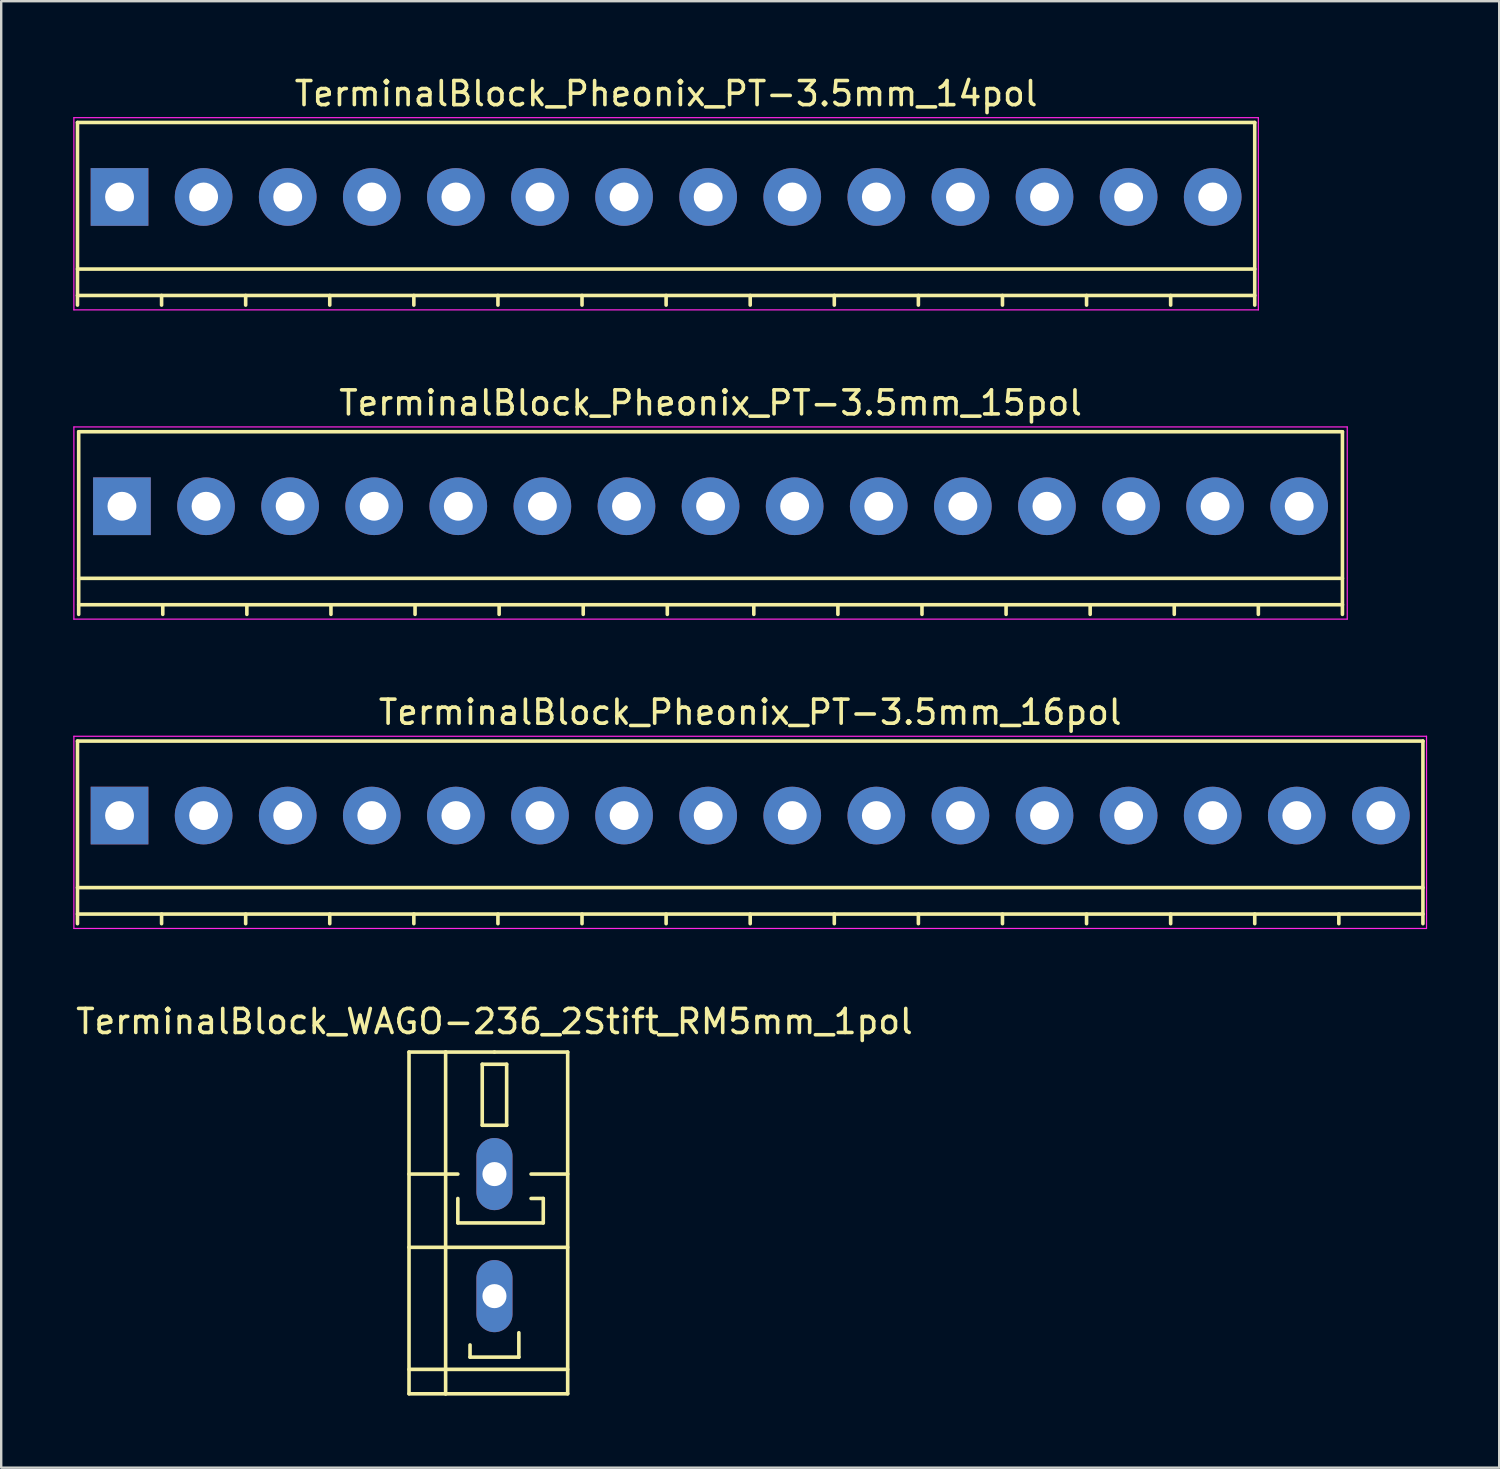
<source format=kicad_pcb>
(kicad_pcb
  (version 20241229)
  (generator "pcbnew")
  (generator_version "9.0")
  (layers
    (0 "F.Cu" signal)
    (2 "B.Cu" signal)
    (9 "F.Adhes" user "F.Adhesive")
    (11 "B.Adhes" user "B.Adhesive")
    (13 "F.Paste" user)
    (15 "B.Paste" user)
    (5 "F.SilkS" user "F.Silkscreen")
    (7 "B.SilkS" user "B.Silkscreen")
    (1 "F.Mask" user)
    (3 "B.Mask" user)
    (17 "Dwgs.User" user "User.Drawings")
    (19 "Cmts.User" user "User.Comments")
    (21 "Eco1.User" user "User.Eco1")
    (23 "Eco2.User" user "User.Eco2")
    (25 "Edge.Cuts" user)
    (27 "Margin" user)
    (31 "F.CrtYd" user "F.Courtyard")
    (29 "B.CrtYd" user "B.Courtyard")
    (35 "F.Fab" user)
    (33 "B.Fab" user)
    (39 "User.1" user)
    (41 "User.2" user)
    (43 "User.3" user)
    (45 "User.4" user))
  (footprint "TerminalBlock_Pheonix_PT-3.5mm_15pol"
    (layer "F.Cu")
    (at 2.025 18.021)
    (property "Reference" "TerminalBlock_Pheonix_PT-3.5mm_15pol" (at 24.5 -4.3 0) (layer "F.SilkS") (effects (font (size 1 1) (thickness 0.15))))
    (attr through_hole)
    (fp_line (start -1.8 -3.1) (end -1.8 4.5) (stroke (width 0.15) (type solid)) (layer "F.SilkS"))
    (fp_line (start -1.8 3) (end 50.8 3) (stroke (width 0.15) (type solid)) (layer "F.SilkS"))
    (fp_line (start -1.8 4.1) (end 50.8 4.1) (stroke (width 0.15) (type solid)) (layer "F.SilkS"))
    (fp_line (start 1.7 4.1) (end 1.7 4.5) (stroke (width 0.15) (type solid)) (layer "F.SilkS"))
    (fp_line (start 5.2 4.1) (end 5.2 4.5) (stroke (width 0.15) (type solid)) (layer "F.SilkS"))
    (fp_line (start 8.7 4.1) (end 8.7 4.5) (stroke (width 0.15) (type solid)) (layer "F.SilkS"))
    (fp_line (start 12.2 4.1) (end 12.2 4.5) (stroke (width 0.15) (type solid)) (layer "F.SilkS"))
    (fp_line (start 15.7 4.1) (end 15.7 4.5) (stroke (width 0.15) (type solid)) (layer "F.SilkS"))
    (fp_line (start 19.2 4.1) (end 19.2 4.5) (stroke (width 0.15) (type solid)) (layer "F.SilkS"))
    (fp_line (start 22.7 4.1) (end 22.7 4.5) (stroke (width 0.15) (type solid)) (layer "F.SilkS"))
    (fp_line (start 26.3 4.1) (end 26.3 4.5) (stroke (width 0.15) (type solid)) (layer "F.SilkS"))
    (fp_line (start 29.8 4.1) (end 29.8 4.5) (stroke (width 0.15) (type solid)) (layer "F.SilkS"))
    (fp_line (start 33.3 4.1) (end 33.3 4.5) (stroke (width 0.15) (type solid)) (layer "F.SilkS"))
    (fp_line (start 36.8 4.1) (end 36.8 4.5) (stroke (width 0.15) (type solid)) (layer "F.SilkS"))
    (fp_line (start 40.3 4.1) (end 40.3 4.5) (stroke (width 0.15) (type solid)) (layer "F.SilkS"))
    (fp_line (start 43.8 4.1) (end 43.8 4.5) (stroke (width 0.15) (type solid)) (layer "F.SilkS"))
    (fp_line (start 47.3 4.1) (end 47.3 4.5) (stroke (width 0.15) (type solid)) (layer "F.SilkS"))
    (fp_line (start 50.8 -3.1) (end -1.8 -3.1) (stroke (width 0.15) (type solid)) (layer "F.SilkS"))
    (fp_line (start 50.8 4.5) (end 50.8 -3.1) (stroke (width 0.15) (type solid)) (layer "F.SilkS"))
    (fp_line (start -2 -3.3) (end 51 -3.3) (stroke (width 0.05) (type solid)) (layer "F.CrtYd"))
    (fp_line (start -2 4.7) (end -2 -3.3) (stroke (width 0.05) (type solid)) (layer "F.CrtYd"))
    (fp_line (start 51 -3.3) (end 51 4.7) (stroke (width 0.05) (type solid)) (layer "F.CrtYd"))
    (fp_line (start 51 4.7) (end -2 4.7) (stroke (width 0.05) (type solid)) (layer "F.CrtYd"))
    (pad "1" thru_hole rect (at 0 0 180) (size 2.4 2.4) (drill 1.2) (layers "*.Cu" "*.Mask"))
    (pad "2" thru_hole circle (at 3.5 0 180) (size 2.4 2.4) (drill 1.2) (layers "*.Cu" "*.Mask"))
    (pad "3" thru_hole circle (at 7 0 180) (size 2.4 2.4) (drill 1.2) (layers "*.Cu" "*.Mask"))
    (pad "4" thru_hole circle (at 10.5 0 180) (size 2.4 2.4) (drill 1.2) (layers "*.Cu" "*.Mask"))
    (pad "5" thru_hole circle (at 14 0 180) (size 2.4 2.4) (drill 1.2) (layers "*.Cu" "*.Mask"))
    (pad "6" thru_hole circle (at 17.5 0 180) (size 2.4 2.4) (drill 1.2) (layers "*.Cu" "*.Mask"))
    (pad "7" thru_hole circle (at 21 0 180) (size 2.4 2.4) (drill 1.2) (layers "*.Cu" "*.Mask"))
    (pad "8" thru_hole circle (at 24.5 0 180) (size 2.4 2.4) (drill 1.2) (layers "*.Cu" "*.Mask"))
    (pad "9" thru_hole circle (at 28 0 180) (size 2.4 2.4) (drill 1.2) (layers "*.Cu" "*.Mask"))
    (pad "10" thru_hole circle (at 31.5 0 180) (size 2.4 2.4) (drill 1.2) (layers "*.Cu" "*.Mask"))
    (pad "11" thru_hole circle (at 35 0 180) (size 2.4 2.4) (drill 1.2) (layers "*.Cu" "*.Mask"))
    (pad "12" thru_hole circle (at 38.5 0 180) (size 2.4 2.4) (drill 1.2) (layers "*.Cu" "*.Mask"))
    (pad "13" thru_hole circle (at 42 0 180) (size 2.4 2.4) (drill 1.2) (layers "*.Cu" "*.Mask"))
    (pad "14" thru_hole circle (at 45.5 0 180) (size 2.4 2.4) (drill 1.2) (layers "*.Cu" "*.Mask"))
    (pad "15" thru_hole circle (at 49 0 180) (size 2.4 2.4) (drill 1.2) (layers "*.Cu" "*.Mask")))
  (footprint "TerminalBlock_Pheonix_PT-3.5mm_16pol"
    (layer "F.Cu")
    (at 1.925 30.895)
    (property "Reference" "TerminalBlock_Pheonix_PT-3.5mm_16pol" (at 26.25 -4.3 0) (layer "F.SilkS") (effects (font (size 1 1) (thickness 0.15))))
    (attr through_hole)
    (fp_line (start -1.75 -3.1) (end -1.75 4.5) (stroke (width 0.15) (type solid)) (layer "F.SilkS"))
    (fp_line (start -1.75 3) (end 54.25 3) (stroke (width 0.15) (type solid)) (layer "F.SilkS"))
    (fp_line (start -1.75 4.1) (end 54.25 4.1) (stroke (width 0.15) (type solid)) (layer "F.SilkS"))
    (fp_line (start 1.75 4.1) (end 1.75 4.5) (stroke (width 0.15) (type solid)) (layer "F.SilkS"))
    (fp_line (start 5.25 4.1) (end 5.25 4.5) (stroke (width 0.15) (type solid)) (layer "F.SilkS"))
    (fp_line (start 8.75 4.1) (end 8.75 4.5) (stroke (width 0.15) (type solid)) (layer "F.SilkS"))
    (fp_line (start 12.25 4.1) (end 12.25 4.5) (stroke (width 0.15) (type solid)) (layer "F.SilkS"))
    (fp_line (start 15.75 4.1) (end 15.75 4.5) (stroke (width 0.15) (type solid)) (layer "F.SilkS"))
    (fp_line (start 19.25 4.1) (end 19.25 4.5) (stroke (width 0.15) (type solid)) (layer "F.SilkS"))
    (fp_line (start 22.75 4.1) (end 22.75 4.5) (stroke (width 0.15) (type solid)) (layer "F.SilkS"))
    (fp_line (start 26.25 4.1) (end 26.25 4.5) (stroke (width 0.15) (type solid)) (layer "F.SilkS"))
    (fp_line (start 29.75 4.1) (end 29.75 4.5) (stroke (width 0.15) (type solid)) (layer "F.SilkS"))
    (fp_line (start 33.25 4.1) (end 33.25 4.5) (stroke (width 0.15) (type solid)) (layer "F.SilkS"))
    (fp_line (start 36.75 4.1) (end 36.75 4.5) (stroke (width 0.15) (type solid)) (layer "F.SilkS"))
    (fp_line (start 40.25 4.1) (end 40.25 4.5) (stroke (width 0.15) (type solid)) (layer "F.SilkS"))
    (fp_line (start 43.75 4.1) (end 43.75 4.5) (stroke (width 0.15) (type solid)) (layer "F.SilkS"))
    (fp_line (start 47.25 4.1) (end 47.25 4.5) (stroke (width 0.15) (type solid)) (layer "F.SilkS"))
    (fp_line (start 50.75 4.1) (end 50.75 4.5) (stroke (width 0.15) (type solid)) (layer "F.SilkS"))
    (fp_line (start 54.25 -3.1) (end -1.75 -3.1) (stroke (width 0.15) (type solid)) (layer "F.SilkS"))
    (fp_line (start 54.25 4.5) (end 54.25 -3.1) (stroke (width 0.15) (type solid)) (layer "F.SilkS"))
    (fp_line (start -1.9 -3.3) (end 54.4 -3.3) (stroke (width 0.05) (type solid)) (layer "F.CrtYd"))
    (fp_line (start -1.9 4.7) (end -1.9 -3.3) (stroke (width 0.05) (type solid)) (layer "F.CrtYd"))
    (fp_line (start 54.4 -3.3) (end 54.4 4.7) (stroke (width 0.05) (type solid)) (layer "F.CrtYd"))
    (fp_line (start 54.4 4.7) (end -1.9 4.7) (stroke (width 0.05) (type solid)) (layer "F.CrtYd"))
    (pad "1" thru_hole rect (at 0 0 180) (size 2.4 2.4) (drill 1.2) (layers "*.Cu" "*.Mask"))
    (pad "2" thru_hole circle (at 3.5 0 180) (size 2.4 2.4) (drill 1.2) (layers "*.Cu" "*.Mask"))
    (pad "3" thru_hole circle (at 7 0 180) (size 2.4 2.4) (drill 1.2) (layers "*.Cu" "*.Mask"))
    (pad "4" thru_hole circle (at 10.5 0 180) (size 2.4 2.4) (drill 1.2) (layers "*.Cu" "*.Mask"))
    (pad "5" thru_hole circle (at 14 0 180) (size 2.4 2.4) (drill 1.2) (layers "*.Cu" "*.Mask"))
    (pad "6" thru_hole circle (at 17.5 0 180) (size 2.4 2.4) (drill 1.2) (layers "*.Cu" "*.Mask"))
    (pad "7" thru_hole circle (at 21 0 180) (size 2.4 2.4) (drill 1.2) (layers "*.Cu" "*.Mask"))
    (pad "8" thru_hole circle (at 24.5 0 180) (size 2.4 2.4) (drill 1.2) (layers "*.Cu" "*.Mask"))
    (pad "9" thru_hole circle (at 28 0 180) (size 2.4 2.4) (drill 1.2) (layers "*.Cu" "*.Mask"))
    (pad "10" thru_hole circle (at 31.5 0 180) (size 2.4 2.4) (drill 1.2) (layers "*.Cu" "*.Mask"))
    (pad "11" thru_hole circle (at 35 0 180) (size 2.4 2.4) (drill 1.2) (layers "*.Cu" "*.Mask"))
    (pad "12" thru_hole circle (at 38.5 0 180) (size 2.4 2.4) (drill 1.2) (layers "*.Cu" "*.Mask"))
    (pad "13" thru_hole circle (at 42 0 180) (size 2.4 2.4) (drill 1.2) (layers "*.Cu" "*.Mask"))
    (pad "14" thru_hole circle (at 45.5 0 180) (size 2.4 2.4) (drill 1.2) (layers "*.Cu" "*.Mask"))
    (pad "15" thru_hole circle (at 49 0 180) (size 2.4 2.4) (drill 1.2) (layers "*.Cu" "*.Mask"))
    (pad "16" thru_hole circle (at 52.5 0 180) (size 2.4 2.4) (drill 1.2) (layers "*.Cu" "*.Mask")))
  (footprint "TerminalBlock_Pheonix_PT-3.5mm_14pol"
    (layer "F.Cu")
    (at 1.925 5.148)
    (property "Reference" "TerminalBlock_Pheonix_PT-3.5mm_14pol" (at 22.75 -4.3 0) (layer "F.SilkS") (effects (font (size 1 1) (thickness 0.15))))
    (attr through_hole)
    (fp_line (start -1.75 -3.1) (end -1.75 4.5) (stroke (width 0.15) (type solid)) (layer "F.SilkS"))
    (fp_line (start -1.75 3) (end 47.25 3) (stroke (width 0.15) (type solid)) (layer "F.SilkS"))
    (fp_line (start -1.75 4.1) (end 47.25 4.1) (stroke (width 0.15) (type solid)) (layer "F.SilkS"))
    (fp_line (start 1.75 4.1) (end 1.75 4.5) (stroke (width 0.15) (type solid)) (layer "F.SilkS"))
    (fp_line (start 5.25 4.1) (end 5.25 4.5) (stroke (width 0.15) (type solid)) (layer "F.SilkS"))
    (fp_line (start 8.75 4.1) (end 8.75 4.5) (stroke (width 0.15) (type solid)) (layer "F.SilkS"))
    (fp_line (start 12.25 4.1) (end 12.25 4.5) (stroke (width 0.15) (type solid)) (layer "F.SilkS"))
    (fp_line (start 15.75 4.1) (end 15.75 4.5) (stroke (width 0.15) (type solid)) (layer "F.SilkS"))
    (fp_line (start 19.25 4.1) (end 19.25 4.5) (stroke (width 0.15) (type solid)) (layer "F.SilkS"))
    (fp_line (start 22.75 4.1) (end 22.75 4.5) (stroke (width 0.15) (type solid)) (layer "F.SilkS"))
    (fp_line (start 26.25 4.1) (end 26.25 4.5) (stroke (width 0.15) (type solid)) (layer "F.SilkS"))
    (fp_line (start 29.75 4.1) (end 29.75 4.5) (stroke (width 0.15) (type solid)) (layer "F.SilkS"))
    (fp_line (start 33.25 4.1) (end 33.25 4.5) (stroke (width 0.15) (type solid)) (layer "F.SilkS"))
    (fp_line (start 36.75 4.1) (end 36.75 4.5) (stroke (width 0.15) (type solid)) (layer "F.SilkS"))
    (fp_line (start 40.25 4.1) (end 40.25 4.5) (stroke (width 0.15) (type solid)) (layer "F.SilkS"))
    (fp_line (start 43.75 4.1) (end 43.75 4.5) (stroke (width 0.15) (type solid)) (layer "F.SilkS"))
    (fp_line (start 47.25 -3.1) (end -1.75 -3.1) (stroke (width 0.15) (type solid)) (layer "F.SilkS"))
    (fp_line (start 47.25 4.5) (end 47.25 -3.1) (stroke (width 0.15) (type solid)) (layer "F.SilkS"))
    (fp_line (start -1.9 -3.3) (end 47.4 -3.3) (stroke (width 0.05) (type solid)) (layer "F.CrtYd"))
    (fp_line (start -1.9 4.7) (end -1.9 -3.3) (stroke (width 0.05) (type solid)) (layer "F.CrtYd"))
    (fp_line (start 47.4 -3.3) (end 47.4 4.7) (stroke (width 0.05) (type solid)) (layer "F.CrtYd"))
    (fp_line (start 47.4 4.7) (end -1.9 4.7) (stroke (width 0.05) (type solid)) (layer "F.CrtYd"))
    (pad "1" thru_hole rect (at 0 0 180) (size 2.4 2.4) (drill 1.2) (layers "*.Cu" "*.Mask"))
    (pad "2" thru_hole circle (at 3.5 0 180) (size 2.4 2.4) (drill 1.2) (layers "*.Cu" "*.Mask"))
    (pad "3" thru_hole circle (at 7 0 180) (size 2.4 2.4) (drill 1.2) (layers "*.Cu" "*.Mask"))
    (pad "4" thru_hole circle (at 10.5 0 180) (size 2.4 2.4) (drill 1.2) (layers "*.Cu" "*.Mask"))
    (pad "5" thru_hole circle (at 14 0 180) (size 2.4 2.4) (drill 1.2) (layers "*.Cu" "*.Mask"))
    (pad "6" thru_hole circle (at 17.5 0 180) (size 2.4 2.4) (drill 1.2) (layers "*.Cu" "*.Mask"))
    (pad "7" thru_hole circle (at 21 0 180) (size 2.4 2.4) (drill 1.2) (layers "*.Cu" "*.Mask"))
    (pad "8" thru_hole circle (at 24.5 0 180) (size 2.4 2.4) (drill 1.2) (layers "*.Cu" "*.Mask"))
    (pad "9" thru_hole circle (at 28 0 180) (size 2.4 2.4) (drill 1.2) (layers "*.Cu" "*.Mask"))
    (pad "10" thru_hole circle (at 31.5 0 180) (size 2.4 2.4) (drill 1.2) (layers "*.Cu" "*.Mask"))
    (pad "11" thru_hole circle (at 35 0 180) (size 2.4 2.4) (drill 1.2) (layers "*.Cu" "*.Mask"))
    (pad "12" thru_hole circle (at 38.5 0 180) (size 2.4 2.4) (drill 1.2) (layers "*.Cu" "*.Mask"))
    (pad "13" thru_hole circle (at 42 0 180) (size 2.4 2.4) (drill 1.2) (layers "*.Cu" "*.Mask"))
    (pad "14" thru_hole circle (at 45.5 0 180) (size 2.4 2.4) (drill 1.2) (layers "*.Cu" "*.Mask")))
  (footprint "TerminalBlock_WAGO-236_2Stift_RM5mm_1pol"
    (layer "F.Cu")
    (at 17.53 48.358)
    (property "Reference" "TerminalBlock_WAGO-236_2Stift_RM5mm_1pol" (at 0 -8.89 0) (layer "F.SilkS") (effects (font (size 1 1) (thickness 0.15))))
    (attr through_hole)
    (fp_line (start -3.556 -7.62) (end -2.032 -7.62) (stroke (width 0.15) (type solid)) (layer "F.SilkS"))
    (fp_line (start -3.556 -2.54) (end -1.524 -2.54) (stroke (width 0.15) (type solid)) (layer "F.SilkS"))
    (fp_line (start -3.556 0.508) (end 3.048 0.508) (stroke (width 0.15) (type solid)) (layer "F.SilkS"))
    (fp_line (start -3.556 5.588) (end 3.048 5.588) (stroke (width 0.15) (type solid)) (layer "F.SilkS"))
    (fp_line (start -3.556 6.604) (end -3.556 -7.62) (stroke (width 0.15) (type solid)) (layer "F.SilkS"))
    (fp_line (start -2.032 -7.62) (end 0 -7.62) (stroke (width 0.15) (type solid)) (layer "F.SilkS"))
    (fp_line (start -2.032 6.604) (end -3.556 6.604) (stroke (width 0.15) (type solid)) (layer "F.SilkS"))
    (fp_line (start -2.032 6.604) (end -2.032 -7.62) (stroke (width 0.15) (type solid)) (layer "F.SilkS"))
    (fp_line (start -1.524 -1.524) (end -1.524 -0.508) (stroke (width 0.15) (type solid)) (layer "F.SilkS"))
    (fp_line (start -1.524 -0.508) (end 2.032 -0.508) (stroke (width 0.15) (type solid)) (layer "F.SilkS"))
    (fp_line (start -1.016 4.572) (end -1.016 5.08) (stroke (width 0.15) (type solid)) (layer "F.SilkS"))
    (fp_line (start -1.016 5.08) (end 1.016 5.08) (stroke (width 0.15) (type solid)) (layer "F.SilkS"))
    (fp_line (start -0.508 -7.112) (end 0.508 -7.112) (stroke (width 0.15) (type solid)) (layer "F.SilkS"))
    (fp_line (start -0.508 -4.572) (end -0.508 -7.112) (stroke (width 0.15) (type solid)) (layer "F.SilkS"))
    (fp_line (start 0 -7.62) (end 3.048 -7.62) (stroke (width 0.15) (type solid)) (layer "F.SilkS"))
    (fp_line (start 0.508 -7.112) (end 0.508 -4.572) (stroke (width 0.15) (type solid)) (layer "F.SilkS"))
    (fp_line (start 0.508 -4.572) (end -0.508 -4.572) (stroke (width 0.15) (type solid)) (layer "F.SilkS"))
    (fp_line (start 1.016 5.08) (end 1.016 4.064) (stroke (width 0.15) (type solid)) (layer "F.SilkS"))
    (fp_line (start 1.524 -2.54) (end 3.048 -2.54) (stroke (width 0.15) (type solid)) (layer "F.SilkS"))
    (fp_line (start 2.032 -1.524) (end 1.524 -1.524) (stroke (width 0.15) (type solid)) (layer "F.SilkS"))
    (fp_line (start 2.032 -0.508) (end 2.032 -1.524) (stroke (width 0.15) (type solid)) (layer "F.SilkS"))
    (fp_line (start 3.048 -7.62) (end 3.048 6.604) (stroke (width 0.15) (type solid)) (layer "F.SilkS"))
    (fp_line (start 3.048 6.604) (end -2.032 6.604) (stroke (width 0.15) (type solid)) (layer "F.SilkS"))
    (pad "1" thru_hole oval (at 0 -2.54 90) (size 3 1.501) (drill 1.001) (layers "*.Cu" "*.Mask"))
    (pad "1" thru_hole oval (at 0 2.54 90) (size 3 1.501) (drill 1.001) (layers "*.Cu" "*.Mask")))
  (gr_rect
    (start -3 -3)
    (end 59.35 58.037)
    (stroke (width 0.1) (type default))
    (fill no)
    (layer "Edge.Cuts")))
</source>
